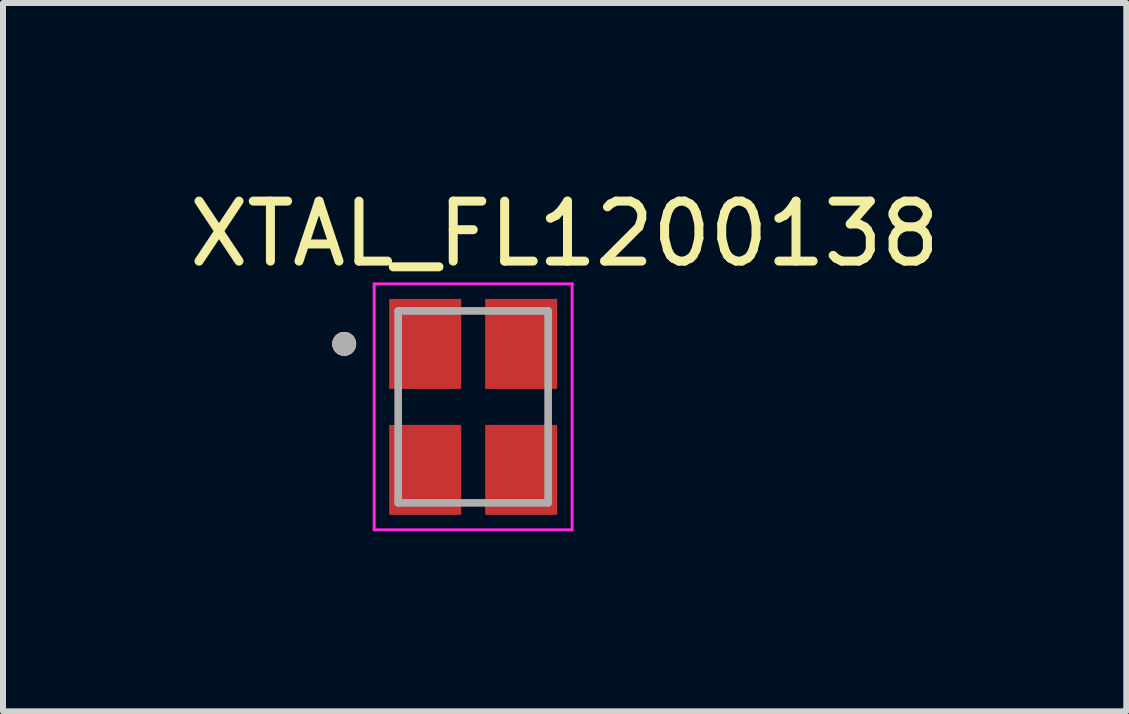
<source format=kicad_pcb>
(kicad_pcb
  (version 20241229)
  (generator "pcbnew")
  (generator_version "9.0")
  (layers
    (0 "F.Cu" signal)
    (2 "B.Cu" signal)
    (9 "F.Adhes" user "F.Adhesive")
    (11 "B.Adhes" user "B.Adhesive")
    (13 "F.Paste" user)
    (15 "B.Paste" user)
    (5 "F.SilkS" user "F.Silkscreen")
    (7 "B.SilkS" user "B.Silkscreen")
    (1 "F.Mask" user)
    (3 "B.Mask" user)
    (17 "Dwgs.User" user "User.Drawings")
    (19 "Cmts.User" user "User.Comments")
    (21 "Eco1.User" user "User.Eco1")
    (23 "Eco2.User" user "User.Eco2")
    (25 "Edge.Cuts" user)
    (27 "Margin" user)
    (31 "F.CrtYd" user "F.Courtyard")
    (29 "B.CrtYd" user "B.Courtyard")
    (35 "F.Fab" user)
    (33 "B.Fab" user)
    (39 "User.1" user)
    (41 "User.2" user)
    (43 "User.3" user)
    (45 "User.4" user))
  (footprint "XTAL_FL1200138"
    (layer "F.Cu")
    (at 4.838 3.733)
    (property "Reference" "XTAL_FL1200138" (at 1.525 -2.885 0) (layer "F.SilkS") (effects (font (size 1 1) (thickness 0.15))))
    (attr smd)
    (fp_circle (center -2.15 -1.05) (end -2.05 -1.05) (stroke (width 0.2) (type solid)) (fill no) (layer "F.SilkS"))
    (fp_line (start -1.65 -2.05) (end -1.65 2.05) (stroke (width 0.05) (type solid)) (layer "F.CrtYd"))
    (fp_line (start -1.65 -2.05) (end 1.65 -2.05) (stroke (width 0.05) (type solid)) (layer "F.CrtYd"))
    (fp_line (start 1.65 -2.05) (end 1.65 2.05) (stroke (width 0.05) (type solid)) (layer "F.CrtYd"))
    (fp_line (start 1.65 2.05) (end -1.65 2.05) (stroke (width 0.05) (type solid)) (layer "F.CrtYd"))
    (fp_line (start -1.25 -1.6) (end -1.25 1.6) (stroke (width 0.127) (type solid)) (layer "F.Fab"))
    (fp_line (start -1.25 -1.6) (end 1.25 -1.6) (stroke (width 0.127) (type solid)) (layer "F.Fab"))
    (fp_line (start 1.25 -1.6) (end 1.25 1.6) (stroke (width 0.127) (type solid)) (layer "F.Fab"))
    (fp_line (start 1.25 1.6) (end -1.25 1.6) (stroke (width 0.127) (type solid)) (layer "F.Fab"))
    (fp_circle (center -2.15 -1.05) (end -2.05 -1.05) (stroke (width 0.2) (type solid)) (fill no) (layer "F.Fab"))
    (pad "1" smd rect (at -0.8 -1.05) (size 1.2 1.5) (layers "F.Cu" "F.Mask" "F.Paste"))
    (pad "2" smd rect (at -0.8 1.05) (size 1.2 1.5) (layers "F.Cu" "F.Mask" "F.Paste"))
    (pad "3" smd rect (at 0.8 1.05) (size 1.2 1.5) (layers "F.Cu" "F.Mask" "F.Paste"))
    (pad "4" smd rect (at 0.8 -1.05) (size 1.2 1.5) (layers "F.Cu" "F.Mask" "F.Paste")))
  (gr_rect
    (start -3 -3)
    (end 15.726 8.808)
    (stroke (width 0.1) (type default))
    (fill no)
    (layer "Edge.Cuts")))
</source>
